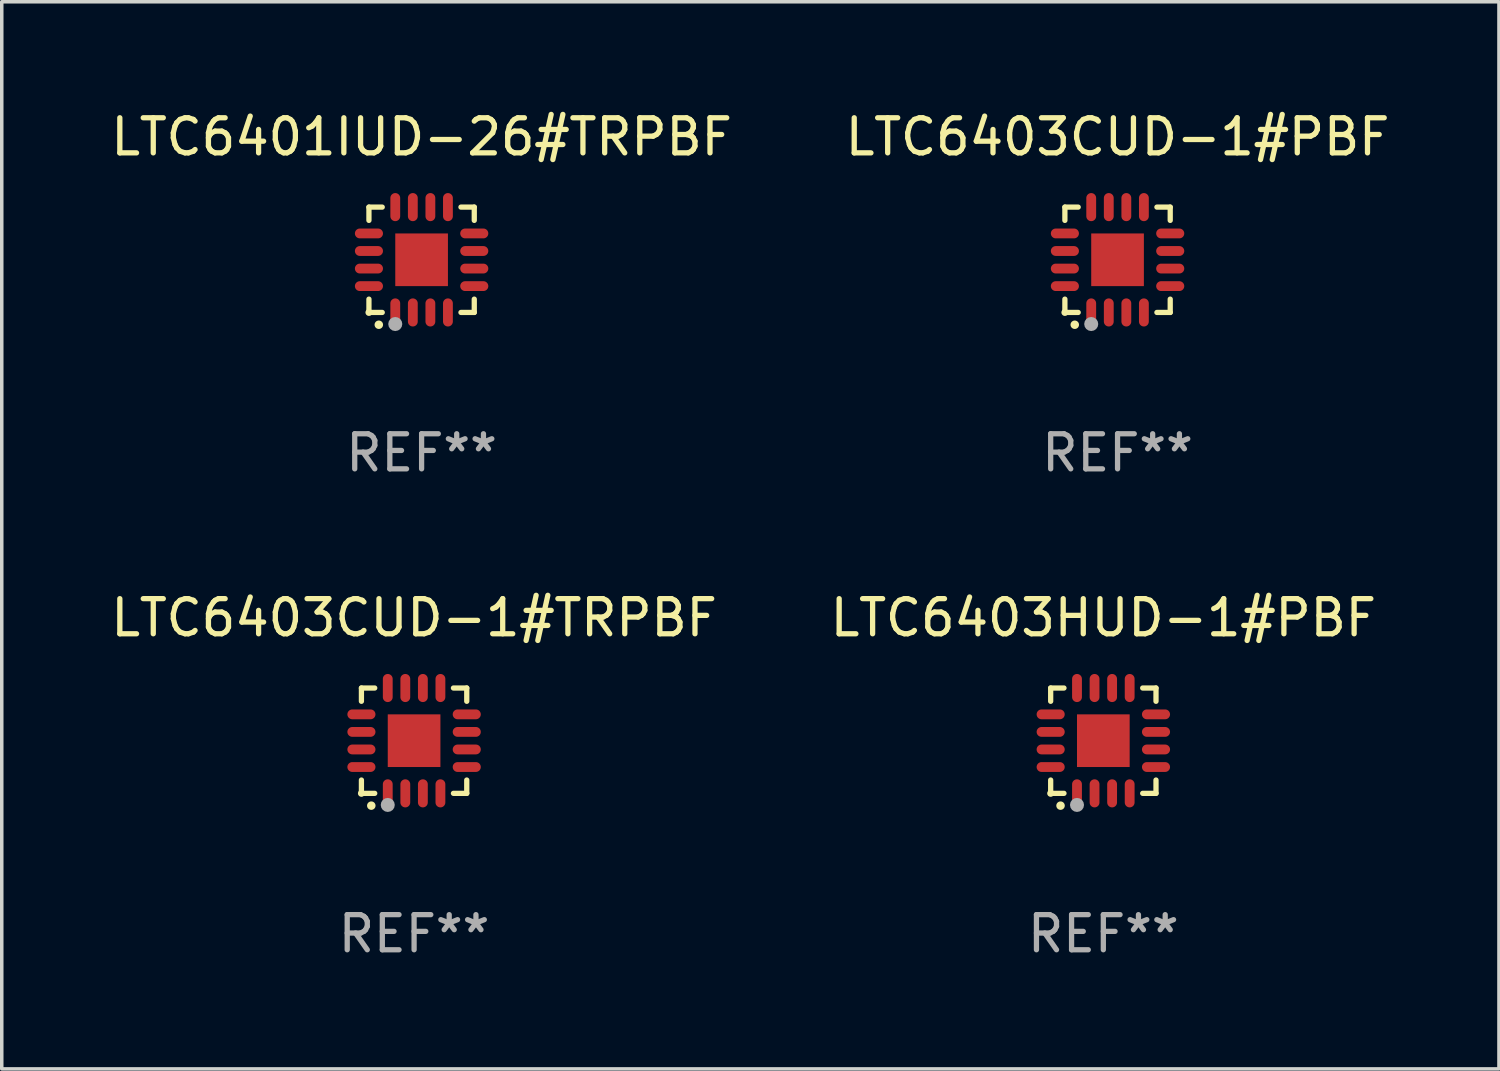
<source format=kicad_pcb>
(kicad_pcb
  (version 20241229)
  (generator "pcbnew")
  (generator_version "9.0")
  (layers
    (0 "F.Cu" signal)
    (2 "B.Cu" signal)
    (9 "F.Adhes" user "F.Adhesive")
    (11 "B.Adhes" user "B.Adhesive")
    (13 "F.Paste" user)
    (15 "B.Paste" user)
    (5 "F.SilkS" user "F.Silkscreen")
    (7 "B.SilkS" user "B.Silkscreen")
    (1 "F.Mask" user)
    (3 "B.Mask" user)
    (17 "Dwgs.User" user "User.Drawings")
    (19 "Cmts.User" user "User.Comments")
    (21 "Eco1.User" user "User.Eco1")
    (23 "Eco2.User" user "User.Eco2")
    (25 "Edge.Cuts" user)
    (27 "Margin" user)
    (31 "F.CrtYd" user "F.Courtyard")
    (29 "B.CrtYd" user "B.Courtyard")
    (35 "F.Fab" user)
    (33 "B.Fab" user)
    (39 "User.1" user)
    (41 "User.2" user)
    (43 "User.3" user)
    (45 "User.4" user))
  (footprint "LTC6403HUD-1#PBF"
    (layer "F.Cu")
    (at 28.375 18.046)
    (property "Reference" "LTC6403HUD-1#PBF" (at 0 -3.5 0) (layer "F.SilkS") (effects (font (size 1 1) (thickness 0.15))))
    (attr through_hole)
    (fp_line (start -1.5 -1.5) (end -1.121 -1.5) (stroke (width 0.15) (type solid)) (layer "F.SilkS"))
    (fp_line (start -1.5 -1.122) (end -1.5 -1.5) (stroke (width 0.15) (type solid)) (layer "F.SilkS"))
    (fp_line (start -1.5 1.5) (end -1.5 1.121) (stroke (width 0.15) (type solid)) (layer "F.SilkS"))
    (fp_line (start -1.121 1.5) (end -1.5 1.5) (stroke (width 0.15) (type solid)) (layer "F.SilkS"))
    (fp_line (start 1.121 -1.5) (end 1.5 -1.5) (stroke (width 0.15) (type solid)) (layer "F.SilkS"))
    (fp_line (start 1.5 -1.5) (end 1.5 -1.122) (stroke (width 0.15) (type solid)) (layer "F.SilkS"))
    (fp_line (start 1.5 1.121) (end 1.5 1.5) (stroke (width 0.15) (type solid)) (layer "F.SilkS"))
    (fp_line (start 1.5 1.5) (end 1.121 1.5) (stroke (width 0.15) (type solid)) (layer "F.SilkS"))
    (fp_arc (start -1.219926 1.850254) (mid -1.21891 1.85025) (end -1.217894 1.850254) (stroke (width 0.240005) (type solid)) (layer "F.SilkS"))
    (fp_circle (center -1.5 1.5) (end -1.45 1.5) (stroke (width 0.1) (type solid)) (fill no) (layer "F.SilkS"))
    (fp_circle (center -0.75 1.83) (end -0.65 1.83) (stroke (width 0.2) (type solid)) (fill no) (layer "F.Fab"))
    (fp_text user "REF**" (at 0 5.5 0) (layer "F.Fab") (effects (font (size 1 1) (thickness 0.15))))
    (pad "1" smd oval (at -0.75 1.5) (size 0.28 0.8) (layers "F.Cu" "F.Mask" "F.Paste"))
    (pad "2" smd oval (at -0.25 1.5) (size 0.28 0.8) (layers "F.Cu" "F.Mask" "F.Paste"))
    (pad "3" smd oval (at 0.25 1.5) (size 0.28 0.8) (layers "F.Cu" "F.Mask" "F.Paste"))
    (pad "4" smd oval (at 0.75 1.5) (size 0.28 0.8) (layers "F.Cu" "F.Mask" "F.Paste"))
    (pad "5" smd oval (at 1.5 0.75) (size 0.8 0.28) (layers "F.Cu" "F.Mask" "F.Paste"))
    (pad "6" smd oval (at 1.5 0.25) (size 0.8 0.28) (layers "F.Cu" "F.Mask" "F.Paste"))
    (pad "7" smd oval (at 1.5 -0.25) (size 0.8 0.28) (layers "F.Cu" "F.Mask" "F.Paste"))
    (pad "8" smd oval (at 1.5 -0.75) (size 0.8 0.28) (layers "F.Cu" "F.Mask" "F.Paste"))
    (pad "9" smd oval (at 0.75 -1.5) (size 0.28 0.8) (layers "F.Cu" "F.Mask" "F.Paste"))
    (pad "10" smd oval (at 0.25 -1.5) (size 0.28 0.8) (layers "F.Cu" "F.Mask" "F.Paste"))
    (pad "11" smd oval (at -0.25 -1.5) (size 0.28 0.8) (layers "F.Cu" "F.Mask" "F.Paste"))
    (pad "12" smd oval (at -0.75 -1.5) (size 0.28 0.8) (layers "F.Cu" "F.Mask" "F.Paste"))
    (pad "13" smd oval (at -1.5 -0.75) (size 0.8 0.28) (layers "F.Cu" "F.Mask" "F.Paste"))
    (pad "14" smd oval (at -1.5 -0.25) (size 0.8 0.28) (layers "F.Cu" "F.Mask" "F.Paste"))
    (pad "15" smd oval (at -1.5 0.25) (size 0.8 0.28) (layers "F.Cu" "F.Mask" "F.Paste"))
    (pad "16" smd oval (at -1.5 0.75) (size 0.8 0.28) (layers "F.Cu" "F.Mask" "F.Paste"))
    (pad "17" smd rect (at -0.000064 0.000165) (size 1.5 1.5) (layers "F.Cu" "F.Mask" "F.Paste")))
  (footprint "LTC6403CUD-1#TRPBF"
    (layer "F.Cu")
    (at 8.744 18.046)
    (property "Reference" "LTC6403CUD-1#TRPBF" (at 0 -3.5 0) (layer "F.SilkS") (effects (font (size 1 1) (thickness 0.15))))
    (attr through_hole)
    (fp_line (start -1.5 -1.5) (end -1.121 -1.5) (stroke (width 0.15) (type solid)) (layer "F.SilkS"))
    (fp_line (start -1.5 -1.122) (end -1.5 -1.5) (stroke (width 0.15) (type solid)) (layer "F.SilkS"))
    (fp_line (start -1.5 1.5) (end -1.5 1.121) (stroke (width 0.15) (type solid)) (layer "F.SilkS"))
    (fp_line (start -1.121 1.5) (end -1.5 1.5) (stroke (width 0.15) (type solid)) (layer "F.SilkS"))
    (fp_line (start 1.121 -1.5) (end 1.5 -1.5) (stroke (width 0.15) (type solid)) (layer "F.SilkS"))
    (fp_line (start 1.5 -1.5) (end 1.5 -1.122) (stroke (width 0.15) (type solid)) (layer "F.SilkS"))
    (fp_line (start 1.5 1.121) (end 1.5 1.5) (stroke (width 0.15) (type solid)) (layer "F.SilkS"))
    (fp_line (start 1.5 1.5) (end 1.121 1.5) (stroke (width 0.15) (type solid)) (layer "F.SilkS"))
    (fp_arc (start -1.219926 1.850254) (mid -1.21891 1.85025) (end -1.217894 1.850254) (stroke (width 0.240005) (type solid)) (layer "F.SilkS"))
    (fp_circle (center -1.5 1.5) (end -1.45 1.5) (stroke (width 0.1) (type solid)) (fill no) (layer "F.SilkS"))
    (fp_circle (center -0.75 1.83) (end -0.65 1.83) (stroke (width 0.2) (type solid)) (fill no) (layer "F.Fab"))
    (fp_text user "REF**" (at 0 5.5 0) (layer "F.Fab") (effects (font (size 1 1) (thickness 0.15))))
    (pad "1" smd oval (at -0.75 1.5) (size 0.28 0.8) (layers "F.Cu" "F.Mask" "F.Paste"))
    (pad "2" smd oval (at -0.25 1.5) (size 0.28 0.8) (layers "F.Cu" "F.Mask" "F.Paste"))
    (pad "3" smd oval (at 0.25 1.5) (size 0.28 0.8) (layers "F.Cu" "F.Mask" "F.Paste"))
    (pad "4" smd oval (at 0.75 1.5) (size 0.28 0.8) (layers "F.Cu" "F.Mask" "F.Paste"))
    (pad "5" smd oval (at 1.5 0.75) (size 0.8 0.28) (layers "F.Cu" "F.Mask" "F.Paste"))
    (pad "6" smd oval (at 1.5 0.25) (size 0.8 0.28) (layers "F.Cu" "F.Mask" "F.Paste"))
    (pad "7" smd oval (at 1.5 -0.25) (size 0.8 0.28) (layers "F.Cu" "F.Mask" "F.Paste"))
    (pad "8" smd oval (at 1.5 -0.75) (size 0.8 0.28) (layers "F.Cu" "F.Mask" "F.Paste"))
    (pad "9" smd oval (at 0.75 -1.5) (size 0.28 0.8) (layers "F.Cu" "F.Mask" "F.Paste"))
    (pad "10" smd oval (at 0.25 -1.5) (size 0.28 0.8) (layers "F.Cu" "F.Mask" "F.Paste"))
    (pad "11" smd oval (at -0.25 -1.5) (size 0.28 0.8) (layers "F.Cu" "F.Mask" "F.Paste"))
    (pad "12" smd oval (at -0.75 -1.5) (size 0.28 0.8) (layers "F.Cu" "F.Mask" "F.Paste"))
    (pad "13" smd oval (at -1.5 -0.75) (size 0.8 0.28) (layers "F.Cu" "F.Mask" "F.Paste"))
    (pad "14" smd oval (at -1.5 -0.25) (size 0.8 0.28) (layers "F.Cu" "F.Mask" "F.Paste"))
    (pad "15" smd oval (at -1.5 0.25) (size 0.8 0.28) (layers "F.Cu" "F.Mask" "F.Paste"))
    (pad "16" smd oval (at -1.5 0.75) (size 0.8 0.28) (layers "F.Cu" "F.Mask" "F.Paste"))
    (pad "17" smd rect (at -0.000064 0.000165) (size 1.5 1.5) (layers "F.Cu" "F.Mask" "F.Paste")))
  (footprint "LTC6401IUD-26#TRPBF"
    (layer "F.Cu")
    (at 8.958 4.349)
    (property "Reference" "LTC6401IUD-26#TRPBF" (at 0 -3.5 0) (layer "F.SilkS") (effects (font (size 1 1) (thickness 0.15))))
    (attr through_hole)
    (fp_line (start -1.5 -1.5) (end -1.121 -1.5) (stroke (width 0.15) (type solid)) (layer "F.SilkS"))
    (fp_line (start -1.5 -1.122) (end -1.5 -1.5) (stroke (width 0.15) (type solid)) (layer "F.SilkS"))
    (fp_line (start -1.5 1.5) (end -1.5 1.121) (stroke (width 0.15) (type solid)) (layer "F.SilkS"))
    (fp_line (start -1.121 1.5) (end -1.5 1.5) (stroke (width 0.15) (type solid)) (layer "F.SilkS"))
    (fp_line (start 1.121 -1.5) (end 1.5 -1.5) (stroke (width 0.15) (type solid)) (layer "F.SilkS"))
    (fp_line (start 1.5 -1.5) (end 1.5 -1.122) (stroke (width 0.15) (type solid)) (layer "F.SilkS"))
    (fp_line (start 1.5 1.121) (end 1.5 1.5) (stroke (width 0.15) (type solid)) (layer "F.SilkS"))
    (fp_line (start 1.5 1.5) (end 1.121 1.5) (stroke (width 0.15) (type solid)) (layer "F.SilkS"))
    (fp_arc (start -1.219926 1.850254) (mid -1.21891 1.85025) (end -1.217894 1.850254) (stroke (width 0.240005) (type solid)) (layer "F.SilkS"))
    (fp_circle (center -1.5 1.5) (end -1.45 1.5) (stroke (width 0.1) (type solid)) (fill no) (layer "F.SilkS"))
    (fp_circle (center -0.75 1.83) (end -0.65 1.83) (stroke (width 0.2) (type solid)) (fill no) (layer "F.Fab"))
    (fp_text user "REF**" (at 0 5.5 0) (layer "F.Fab") (effects (font (size 1 1) (thickness 0.15))))
    (pad "1" smd oval (at -0.75 1.5) (size 0.28 0.8) (layers "F.Cu" "F.Mask" "F.Paste"))
    (pad "2" smd oval (at -0.25 1.5) (size 0.28 0.8) (layers "F.Cu" "F.Mask" "F.Paste"))
    (pad "3" smd oval (at 0.25 1.5) (size 0.28 0.8) (layers "F.Cu" "F.Mask" "F.Paste"))
    (pad "4" smd oval (at 0.75 1.5) (size 0.28 0.8) (layers "F.Cu" "F.Mask" "F.Paste"))
    (pad "5" smd oval (at 1.5 0.75) (size 0.8 0.28) (layers "F.Cu" "F.Mask" "F.Paste"))
    (pad "6" smd oval (at 1.5 0.25) (size 0.8 0.28) (layers "F.Cu" "F.Mask" "F.Paste"))
    (pad "7" smd oval (at 1.5 -0.25) (size 0.8 0.28) (layers "F.Cu" "F.Mask" "F.Paste"))
    (pad "8" smd oval (at 1.5 -0.75) (size 0.8 0.28) (layers "F.Cu" "F.Mask" "F.Paste"))
    (pad "9" smd oval (at 0.75 -1.5) (size 0.28 0.8) (layers "F.Cu" "F.Mask" "F.Paste"))
    (pad "10" smd oval (at 0.25 -1.5) (size 0.28 0.8) (layers "F.Cu" "F.Mask" "F.Paste"))
    (pad "11" smd oval (at -0.25 -1.5) (size 0.28 0.8) (layers "F.Cu" "F.Mask" "F.Paste"))
    (pad "12" smd oval (at -0.75 -1.5) (size 0.28 0.8) (layers "F.Cu" "F.Mask" "F.Paste"))
    (pad "13" smd oval (at -1.5 -0.75) (size 0.8 0.28) (layers "F.Cu" "F.Mask" "F.Paste"))
    (pad "14" smd oval (at -1.5 -0.25) (size 0.8 0.28) (layers "F.Cu" "F.Mask" "F.Paste"))
    (pad "15" smd oval (at -1.5 0.25) (size 0.8 0.28) (layers "F.Cu" "F.Mask" "F.Paste"))
    (pad "16" smd oval (at -1.5 0.75) (size 0.8 0.28) (layers "F.Cu" "F.Mask" "F.Paste"))
    (pad "17" smd rect (at -0.000064 0.000165) (size 1.5 1.5) (layers "F.Cu" "F.Mask" "F.Paste")))
  (footprint "LTC6403CUD-1#PBF"
    (layer "F.Cu")
    (at 28.78 4.349)
    (property "Reference" "LTC6403CUD-1#PBF" (at 0 -3.5 0) (layer "F.SilkS") (effects (font (size 1 1) (thickness 0.15))))
    (attr through_hole)
    (fp_line (start -1.5 -1.5) (end -1.121 -1.5) (stroke (width 0.15) (type solid)) (layer "F.SilkS"))
    (fp_line (start -1.5 -1.122) (end -1.5 -1.5) (stroke (width 0.15) (type solid)) (layer "F.SilkS"))
    (fp_line (start -1.5 1.5) (end -1.5 1.121) (stroke (width 0.15) (type solid)) (layer "F.SilkS"))
    (fp_line (start -1.121 1.5) (end -1.5 1.5) (stroke (width 0.15) (type solid)) (layer "F.SilkS"))
    (fp_line (start 1.121 -1.5) (end 1.5 -1.5) (stroke (width 0.15) (type solid)) (layer "F.SilkS"))
    (fp_line (start 1.5 -1.5) (end 1.5 -1.122) (stroke (width 0.15) (type solid)) (layer "F.SilkS"))
    (fp_line (start 1.5 1.121) (end 1.5 1.5) (stroke (width 0.15) (type solid)) (layer "F.SilkS"))
    (fp_line (start 1.5 1.5) (end 1.121 1.5) (stroke (width 0.15) (type solid)) (layer "F.SilkS"))
    (fp_arc (start -1.219926 1.850254) (mid -1.21891 1.85025) (end -1.217894 1.850254) (stroke (width 0.240005) (type solid)) (layer "F.SilkS"))
    (fp_circle (center -1.5 1.5) (end -1.45 1.5) (stroke (width 0.1) (type solid)) (fill no) (layer "F.SilkS"))
    (fp_circle (center -0.75 1.83) (end -0.65 1.83) (stroke (width 0.2) (type solid)) (fill no) (layer "F.Fab"))
    (fp_text user "REF**" (at 0 5.5 0) (layer "F.Fab") (effects (font (size 1 1) (thickness 0.15))))
    (pad "1" smd oval (at -0.75 1.5) (size 0.28 0.8) (layers "F.Cu" "F.Mask" "F.Paste"))
    (pad "2" smd oval (at -0.25 1.5) (size 0.28 0.8) (layers "F.Cu" "F.Mask" "F.Paste"))
    (pad "3" smd oval (at 0.25 1.5) (size 0.28 0.8) (layers "F.Cu" "F.Mask" "F.Paste"))
    (pad "4" smd oval (at 0.75 1.5) (size 0.28 0.8) (layers "F.Cu" "F.Mask" "F.Paste"))
    (pad "5" smd oval (at 1.5 0.75) (size 0.8 0.28) (layers "F.Cu" "F.Mask" "F.Paste"))
    (pad "6" smd oval (at 1.5 0.25) (size 0.8 0.28) (layers "F.Cu" "F.Mask" "F.Paste"))
    (pad "7" smd oval (at 1.5 -0.25) (size 0.8 0.28) (layers "F.Cu" "F.Mask" "F.Paste"))
    (pad "8" smd oval (at 1.5 -0.75) (size 0.8 0.28) (layers "F.Cu" "F.Mask" "F.Paste"))
    (pad "9" smd oval (at 0.75 -1.5) (size 0.28 0.8) (layers "F.Cu" "F.Mask" "F.Paste"))
    (pad "10" smd oval (at 0.25 -1.5) (size 0.28 0.8) (layers "F.Cu" "F.Mask" "F.Paste"))
    (pad "11" smd oval (at -0.25 -1.5) (size 0.28 0.8) (layers "F.Cu" "F.Mask" "F.Paste"))
    (pad "12" smd oval (at -0.75 -1.5) (size 0.28 0.8) (layers "F.Cu" "F.Mask" "F.Paste"))
    (pad "13" smd oval (at -1.5 -0.75) (size 0.8 0.28) (layers "F.Cu" "F.Mask" "F.Paste"))
    (pad "14" smd oval (at -1.5 -0.25) (size 0.8 0.28) (layers "F.Cu" "F.Mask" "F.Paste"))
    (pad "15" smd oval (at -1.5 0.25) (size 0.8 0.28) (layers "F.Cu" "F.Mask" "F.Paste"))
    (pad "16" smd oval (at -1.5 0.75) (size 0.8 0.28) (layers "F.Cu" "F.Mask" "F.Paste"))
    (pad "17" smd rect (at -0.000064 0.000165) (size 1.5 1.5) (layers "F.Cu" "F.Mask" "F.Paste")))
  (gr_rect
    (start -3 -3)
    (end 39.643 27.394)
    (stroke (width 0.1) (type default))
    (fill no)
    (layer "Edge.Cuts")))
</source>
